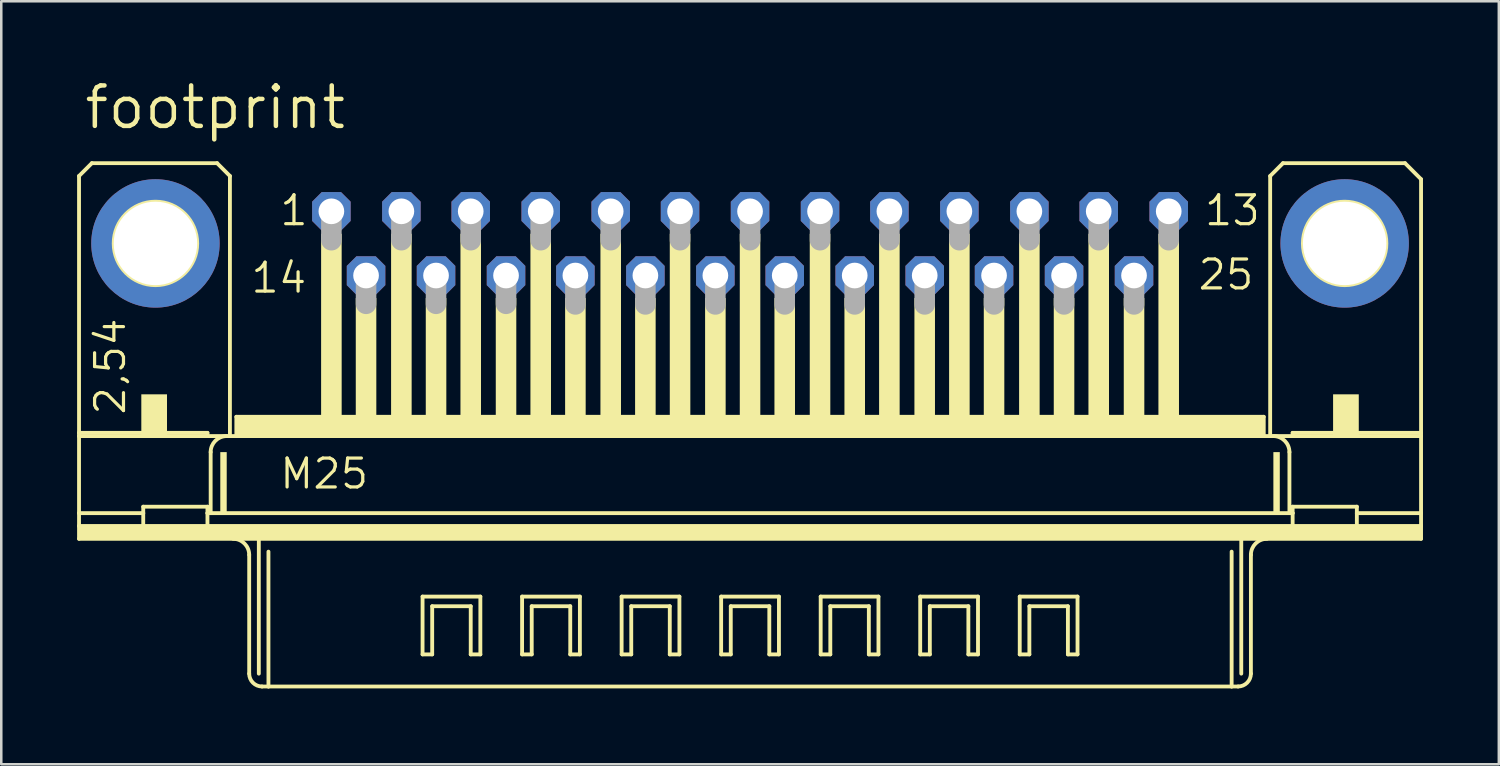
<source format=kicad_pcb>
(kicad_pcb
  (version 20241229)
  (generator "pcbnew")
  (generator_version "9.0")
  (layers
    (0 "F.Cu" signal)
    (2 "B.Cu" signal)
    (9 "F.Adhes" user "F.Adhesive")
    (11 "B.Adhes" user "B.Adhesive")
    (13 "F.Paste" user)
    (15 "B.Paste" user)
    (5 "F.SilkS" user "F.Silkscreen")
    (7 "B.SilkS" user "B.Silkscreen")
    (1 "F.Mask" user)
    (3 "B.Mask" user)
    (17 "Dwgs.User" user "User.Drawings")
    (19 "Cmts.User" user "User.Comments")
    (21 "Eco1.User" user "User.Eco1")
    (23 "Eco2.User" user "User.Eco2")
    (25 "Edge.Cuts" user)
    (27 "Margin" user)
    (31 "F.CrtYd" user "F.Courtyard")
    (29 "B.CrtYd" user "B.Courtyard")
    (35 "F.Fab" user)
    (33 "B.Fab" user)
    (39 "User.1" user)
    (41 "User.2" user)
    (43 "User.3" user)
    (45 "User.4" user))
  (footprint "footprint"
    (layer "F.Cu")
    (at 26.619 6.579)
    (property "Reference" "footprint" (at -26.416 -4.445 0) (layer "F.SilkS") (effects (font (size 1.6 1.6) (thickness 0.178)) (justify left bottom)))
    (fp_line (start -26.543 -2.667) (end -26.543 7.493) (stroke (width 0.152) (type solid)) (layer "F.SilkS"))
    (fp_line (start -26.543 7.62) (end -26.543 7.493) (stroke (width 0.152) (type solid)) (layer "F.SilkS"))
    (fp_line (start -26.543 10.668) (end -26.543 7.62) (stroke (width 0.152) (type solid)) (layer "F.SilkS"))
    (fp_line (start -26.543 11.176) (end -26.543 10.668) (stroke (width 0.152) (type solid)) (layer "F.SilkS"))
    (fp_line (start -26.543 11.684) (end -26.543 11.176) (stroke (width 0.152) (type solid)) (layer "F.SilkS"))
    (fp_line (start -26.035 -3.175) (end -26.543 -2.667) (stroke (width 0.152) (type solid)) (layer "F.SilkS"))
    (fp_line (start -24.003 10.668) (end -26.543 10.668) (stroke (width 0.152) (type solid)) (layer "F.SilkS"))
    (fp_line (start -24.003 10.668) (end -24.003 10.414) (stroke (width 0.152) (type solid)) (layer "F.SilkS"))
    (fp_line (start -24.003 10.668) (end -24.003 11.176) (stroke (width 0.152) (type solid)) (layer "F.SilkS"))
    (fp_line (start -24.003 11.176) (end -26.543 11.176) (stroke (width 0.152) (type solid)) (layer "F.SilkS"))
    (fp_line (start -21.463 7.493) (end -26.543 7.493) (stroke (width 0.152) (type solid)) (layer "F.SilkS"))
    (fp_line (start -21.463 7.493) (end -21.463 7.62) (stroke (width 0.152) (type solid)) (layer "F.SilkS"))
    (fp_line (start -21.463 7.62) (end -26.543 7.62) (stroke (width 0.152) (type solid)) (layer "F.SilkS"))
    (fp_line (start -21.463 10.414) (end -24.003 10.414) (stroke (width 0.152) (type solid)) (layer "F.SilkS"))
    (fp_line (start -21.463 10.414) (end -21.463 10.668) (stroke (width 0.152) (type solid)) (layer "F.SilkS"))
    (fp_line (start -21.463 10.668) (end -21.463 11.176) (stroke (width 0.152) (type solid)) (layer "F.SilkS"))
    (fp_line (start -21.463 11.176) (end -24.003 11.176) (stroke (width 0.152) (type solid)) (layer "F.SilkS"))
    (fp_line (start -21.336 8.255) (end -21.336 10.668) (stroke (width 0.152) (type solid)) (layer "F.SilkS"))
    (fp_line (start -21.336 10.668) (end -21.463 10.668) (stroke (width 0.152) (type solid)) (layer "F.SilkS"))
    (fp_line (start -21.082 -3.175) (end -26.035 -3.175) (stroke (width 0.152) (type solid)) (layer "F.SilkS"))
    (fp_line (start -20.574 -2.667) (end -21.082 -3.175) (stroke (width 0.152) (type solid)) (layer "F.SilkS"))
    (fp_line (start -20.574 -2.667) (end -20.574 7.62) (stroke (width 0.152) (type solid)) (layer "F.SilkS"))
    (fp_line (start -20.574 7.62) (end -21.463 7.62) (stroke (width 0.152) (type solid)) (layer "F.SilkS"))
    (fp_line (start -20.32 7.62) (end -20.574 7.62) (stroke (width 0.152) (type solid)) (layer "F.SilkS"))
    (fp_line (start -20.32 7.62) (end -20.32 6.858) (stroke (width 0.152) (type solid)) (layer "F.SilkS"))
    (fp_line (start -19.812 12.319) (end -19.812 17.018) (stroke (width 0.152) (type solid)) (layer "F.SilkS"))
    (fp_line (start -19.431 11.684) (end -26.543 11.684) (stroke (width 0.152) (type solid)) (layer "F.SilkS"))
    (fp_line (start -19.431 11.684) (end -19.431 17.018) (stroke (width 0.152) (type solid)) (layer "F.SilkS"))
    (fp_line (start -19.05 12.192) (end -19.05 17.526) (stroke (width 0.152) (type solid)) (layer "F.SilkS"))
    (fp_line (start -19.05 17.526) (end -19.304 17.526) (stroke (width 0.152) (type solid)) (layer "F.SilkS"))
    (fp_line (start -12.954 13.97) (end -10.668 13.97) (stroke (width 0.152) (type solid)) (layer "F.SilkS"))
    (fp_line (start -12.954 16.256) (end -12.954 13.97) (stroke (width 0.152) (type solid)) (layer "F.SilkS"))
    (fp_line (start -12.573 14.351) (end -12.573 16.256) (stroke (width 0.152) (type solid)) (layer "F.SilkS"))
    (fp_line (start -12.573 16.256) (end -12.954 16.256) (stroke (width 0.152) (type solid)) (layer "F.SilkS"))
    (fp_line (start -11.049 14.351) (end -12.573 14.351) (stroke (width 0.152) (type solid)) (layer "F.SilkS"))
    (fp_line (start -11.049 16.256) (end -11.049 14.351) (stroke (width 0.152) (type solid)) (layer "F.SilkS"))
    (fp_line (start -10.668 13.97) (end -10.668 16.256) (stroke (width 0.152) (type solid)) (layer "F.SilkS"))
    (fp_line (start -10.668 16.256) (end -11.049 16.256) (stroke (width 0.152) (type solid)) (layer "F.SilkS"))
    (fp_line (start -9.017 13.97) (end -6.731 13.97) (stroke (width 0.152) (type solid)) (layer "F.SilkS"))
    (fp_line (start -9.017 16.256) (end -9.017 13.97) (stroke (width 0.152) (type solid)) (layer "F.SilkS"))
    (fp_line (start -8.636 14.351) (end -8.636 16.256) (stroke (width 0.152) (type solid)) (layer "F.SilkS"))
    (fp_line (start -8.636 16.256) (end -9.017 16.256) (stroke (width 0.152) (type solid)) (layer "F.SilkS"))
    (fp_line (start -7.112 14.351) (end -8.636 14.351) (stroke (width 0.152) (type solid)) (layer "F.SilkS"))
    (fp_line (start -7.112 16.256) (end -7.112 14.351) (stroke (width 0.152) (type solid)) (layer "F.SilkS"))
    (fp_line (start -6.731 13.97) (end -6.731 16.256) (stroke (width 0.152) (type solid)) (layer "F.SilkS"))
    (fp_line (start -6.731 16.256) (end -7.112 16.256) (stroke (width 0.152) (type solid)) (layer "F.SilkS"))
    (fp_line (start -5.08 13.97) (end -2.794 13.97) (stroke (width 0.152) (type solid)) (layer "F.SilkS"))
    (fp_line (start -5.08 16.256) (end -5.08 13.97) (stroke (width 0.152) (type solid)) (layer "F.SilkS"))
    (fp_line (start -4.699 14.351) (end -4.699 16.256) (stroke (width 0.152) (type solid)) (layer "F.SilkS"))
    (fp_line (start -4.699 16.256) (end -5.08 16.256) (stroke (width 0.152) (type solid)) (layer "F.SilkS"))
    (fp_line (start -3.175 14.351) (end -4.699 14.351) (stroke (width 0.152) (type solid)) (layer "F.SilkS"))
    (fp_line (start -3.175 16.256) (end -3.175 14.351) (stroke (width 0.152) (type solid)) (layer "F.SilkS"))
    (fp_line (start -2.794 13.97) (end -2.794 16.256) (stroke (width 0.152) (type solid)) (layer "F.SilkS"))
    (fp_line (start -2.794 16.256) (end -3.175 16.256) (stroke (width 0.152) (type solid)) (layer "F.SilkS"))
    (fp_line (start -1.143 13.97) (end 1.143 13.97) (stroke (width 0.152) (type solid)) (layer "F.SilkS"))
    (fp_line (start -1.143 16.256) (end -1.143 13.97) (stroke (width 0.152) (type solid)) (layer "F.SilkS"))
    (fp_line (start -0.762 14.351) (end -0.762 16.256) (stroke (width 0.152) (type solid)) (layer "F.SilkS"))
    (fp_line (start -0.762 16.256) (end -1.143 16.256) (stroke (width 0.152) (type solid)) (layer "F.SilkS"))
    (fp_line (start 0.762 14.351) (end -0.762 14.351) (stroke (width 0.152) (type solid)) (layer "F.SilkS"))
    (fp_line (start 0.762 16.256) (end 0.762 14.351) (stroke (width 0.152) (type solid)) (layer "F.SilkS"))
    (fp_line (start 1.143 13.97) (end 1.143 16.256) (stroke (width 0.152) (type solid)) (layer "F.SilkS"))
    (fp_line (start 1.143 16.256) (end 0.762 16.256) (stroke (width 0.152) (type solid)) (layer "F.SilkS"))
    (fp_line (start 2.794 13.97) (end 5.08 13.97) (stroke (width 0.152) (type solid)) (layer "F.SilkS"))
    (fp_line (start 2.794 16.256) (end 2.794 13.97) (stroke (width 0.152) (type solid)) (layer "F.SilkS"))
    (fp_line (start 3.175 14.351) (end 3.175 16.256) (stroke (width 0.152) (type solid)) (layer "F.SilkS"))
    (fp_line (start 3.175 16.256) (end 2.794 16.256) (stroke (width 0.152) (type solid)) (layer "F.SilkS"))
    (fp_line (start 4.699 14.351) (end 3.175 14.351) (stroke (width 0.152) (type solid)) (layer "F.SilkS"))
    (fp_line (start 4.699 16.256) (end 4.699 14.351) (stroke (width 0.152) (type solid)) (layer "F.SilkS"))
    (fp_line (start 5.08 13.97) (end 5.08 16.256) (stroke (width 0.152) (type solid)) (layer "F.SilkS"))
    (fp_line (start 5.08 16.256) (end 4.699 16.256) (stroke (width 0.152) (type solid)) (layer "F.SilkS"))
    (fp_line (start 6.731 13.97) (end 9.017 13.97) (stroke (width 0.152) (type solid)) (layer "F.SilkS"))
    (fp_line (start 6.731 16.256) (end 6.731 13.97) (stroke (width 0.152) (type solid)) (layer "F.SilkS"))
    (fp_line (start 7.112 14.351) (end 7.112 16.256) (stroke (width 0.152) (type solid)) (layer "F.SilkS"))
    (fp_line (start 7.112 16.256) (end 6.731 16.256) (stroke (width 0.152) (type solid)) (layer "F.SilkS"))
    (fp_line (start 8.636 14.351) (end 7.112 14.351) (stroke (width 0.152) (type solid)) (layer "F.SilkS"))
    (fp_line (start 8.636 16.256) (end 8.636 14.351) (stroke (width 0.152) (type solid)) (layer "F.SilkS"))
    (fp_line (start 9.017 13.97) (end 9.017 16.256) (stroke (width 0.152) (type solid)) (layer "F.SilkS"))
    (fp_line (start 9.017 16.256) (end 8.636 16.256) (stroke (width 0.152) (type solid)) (layer "F.SilkS"))
    (fp_line (start 10.668 13.97) (end 12.954 13.97) (stroke (width 0.152) (type solid)) (layer "F.SilkS"))
    (fp_line (start 10.668 16.256) (end 10.668 13.97) (stroke (width 0.152) (type solid)) (layer "F.SilkS"))
    (fp_line (start 11.049 14.351) (end 11.049 16.256) (stroke (width 0.152) (type solid)) (layer "F.SilkS"))
    (fp_line (start 11.049 16.256) (end 10.668 16.256) (stroke (width 0.152) (type solid)) (layer "F.SilkS"))
    (fp_line (start 12.573 14.351) (end 11.049 14.351) (stroke (width 0.152) (type solid)) (layer "F.SilkS"))
    (fp_line (start 12.573 16.256) (end 12.573 14.351) (stroke (width 0.152) (type solid)) (layer "F.SilkS"))
    (fp_line (start 12.954 13.97) (end 12.954 16.256) (stroke (width 0.152) (type solid)) (layer "F.SilkS"))
    (fp_line (start 12.954 16.256) (end 12.573 16.256) (stroke (width 0.152) (type solid)) (layer "F.SilkS"))
    (fp_line (start 19.05 12.192) (end 19.05 17.526) (stroke (width 0.152) (type solid)) (layer "F.SilkS"))
    (fp_line (start 19.05 17.526) (end -19.05 17.526) (stroke (width 0.152) (type solid)) (layer "F.SilkS"))
    (fp_line (start 19.304 17.526) (end 19.05 17.526) (stroke (width 0.152) (type solid)) (layer "F.SilkS"))
    (fp_line (start 19.431 11.684) (end -19.431 11.684) (stroke (width 0.152) (type solid)) (layer "F.SilkS"))
    (fp_line (start 19.431 11.684) (end 19.431 17.018) (stroke (width 0.152) (type solid)) (layer "F.SilkS"))
    (fp_line (start 19.812 12.319) (end 19.812 17.018) (stroke (width 0.152) (type solid)) (layer "F.SilkS"))
    (fp_line (start 20.32 6.858) (end -20.32 6.858) (stroke (width 0.152) (type solid)) (layer "F.SilkS"))
    (fp_line (start 20.32 7.62) (end -20.32 7.62) (stroke (width 0.152) (type solid)) (layer "F.SilkS"))
    (fp_line (start 20.32 7.62) (end 20.32 6.858) (stroke (width 0.152) (type solid)) (layer "F.SilkS"))
    (fp_line (start 20.574 -2.667) (end 20.574 7.62) (stroke (width 0.152) (type solid)) (layer "F.SilkS"))
    (fp_line (start 20.574 7.62) (end 20.32 7.62) (stroke (width 0.152) (type solid)) (layer "F.SilkS"))
    (fp_line (start 21.082 -3.175) (end 20.574 -2.667) (stroke (width 0.152) (type solid)) (layer "F.SilkS"))
    (fp_line (start 21.082 -3.175) (end 25.908 -3.175) (stroke (width 0.152) (type solid)) (layer "F.SilkS"))
    (fp_line (start 21.336 8.255) (end 21.336 10.668) (stroke (width 0.152) (type solid)) (layer "F.SilkS"))
    (fp_line (start 21.336 10.668) (end -21.336 10.668) (stroke (width 0.152) (type solid)) (layer "F.SilkS"))
    (fp_line (start 21.463 7.493) (end 21.463 7.62) (stroke (width 0.152) (type solid)) (layer "F.SilkS"))
    (fp_line (start 21.463 7.62) (end 20.574 7.62) (stroke (width 0.152) (type solid)) (layer "F.SilkS"))
    (fp_line (start 21.463 10.414) (end 21.463 10.668) (stroke (width 0.152) (type solid)) (layer "F.SilkS"))
    (fp_line (start 21.463 10.668) (end 21.336 10.668) (stroke (width 0.152) (type solid)) (layer "F.SilkS"))
    (fp_line (start 21.463 10.668) (end 21.463 11.176) (stroke (width 0.152) (type solid)) (layer "F.SilkS"))
    (fp_line (start 21.463 11.176) (end -21.463 11.176) (stroke (width 0.152) (type solid)) (layer "F.SilkS"))
    (fp_line (start 24.003 10.414) (end 21.463 10.414) (stroke (width 0.152) (type solid)) (layer "F.SilkS"))
    (fp_line (start 24.003 10.668) (end 24.003 10.414) (stroke (width 0.152) (type solid)) (layer "F.SilkS"))
    (fp_line (start 24.003 10.668) (end 24.003 11.176) (stroke (width 0.152) (type solid)) (layer "F.SilkS"))
    (fp_line (start 24.003 11.176) (end 21.463 11.176) (stroke (width 0.152) (type solid)) (layer "F.SilkS"))
    (fp_line (start 25.908 -3.175) (end 26.543 -2.54) (stroke (width 0.152) (type solid)) (layer "F.SilkS"))
    (fp_line (start 26.543 -2.54) (end 26.543 7.493) (stroke (width 0.152) (type solid)) (layer "F.SilkS"))
    (fp_line (start 26.543 7.493) (end 21.463 7.493) (stroke (width 0.152) (type solid)) (layer "F.SilkS"))
    (fp_line (start 26.543 7.62) (end 21.463 7.62) (stroke (width 0.152) (type solid)) (layer "F.SilkS"))
    (fp_line (start 26.543 7.62) (end 26.543 7.493) (stroke (width 0.152) (type solid)) (layer "F.SilkS"))
    (fp_line (start 26.543 7.62) (end 26.543 10.668) (stroke (width 0.152) (type solid)) (layer "F.SilkS"))
    (fp_line (start 26.543 10.668) (end 24.003 10.668) (stroke (width 0.152) (type solid)) (layer "F.SilkS"))
    (fp_line (start 26.543 10.668) (end 26.543 11.176) (stroke (width 0.152) (type solid)) (layer "F.SilkS"))
    (fp_line (start 26.543 11.176) (end 24.003 11.176) (stroke (width 0.152) (type solid)) (layer "F.SilkS"))
    (fp_line (start 26.543 11.176) (end 26.543 11.684) (stroke (width 0.152) (type solid)) (layer "F.SilkS"))
    (fp_line (start 26.543 11.684) (end 19.431 11.684) (stroke (width 0.152) (type solid)) (layer "F.SilkS"))
    (fp_arc (start -21.336 8.255) (mid -21.150013 7.805987) (end -20.701 7.62) (stroke (width 0.1524) (type solid)) (layer "F.SilkS"))
    (fp_arc (start -20.447 11.684) (mid -19.997987 11.869987) (end -19.812 12.319) (stroke (width 0.1524) (type solid)) (layer "F.SilkS"))
    (fp_arc (start -19.304 17.526) (mid -19.66321 17.37721) (end -19.812 17.018) (stroke (width 0.1524) (type solid)) (layer "F.SilkS"))
    (fp_arc (start 19.812 12.319) (mid 19.997987 11.869987) (end 20.447 11.684) (stroke (width 0.1524) (type solid)) (layer "F.SilkS"))
    (fp_arc (start 19.812 17.018) (mid 19.66321 17.37721) (end 19.304 17.526) (stroke (width 0.1524) (type solid)) (layer "F.SilkS"))
    (fp_arc (start 20.701 7.62) (mid 21.150013 7.805987) (end 21.336 8.255) (stroke (width 0.1524) (type solid)) (layer "F.SilkS"))
    (fp_circle (center -23.52 0) (end -21.869 0) (stroke (width 0.152) (type solid)) (fill no) (layer "F.SilkS"))
    (fp_circle (center 23.52 0) (end 25.171 0) (stroke (width 0.152) (type solid)) (fill no) (layer "F.SilkS"))
    (fp_poly (pts (xy -26.543 11.684) (xy 26.543 11.684) (xy 26.543 11.176) (xy -26.543 11.176)) (stroke (width 0) (type solid)) (fill yes) (layer "F.SilkS"))
    (fp_poly (pts (xy -24.079 7.62) (xy -23.063 7.62) (xy -23.063 5.969) (xy -24.079 5.969)) (stroke (width 0) (type solid)) (fill yes) (layer "F.SilkS"))
    (fp_poly (pts (xy -20.955 10.668) (xy -20.701 10.668) (xy -20.701 8.255) (xy -20.955 8.255)) (stroke (width 0) (type solid)) (fill yes) (layer "F.SilkS"))
    (fp_poly (pts (xy -20.32 7.62) (xy 20.32 7.62) (xy 20.32 6.858) (xy -20.32 6.858)) (stroke (width 0) (type solid)) (fill yes) (layer "F.SilkS"))
    (fp_poly (pts (xy -16.967 6.858) (xy -16.154 6.858) (xy -16.154 -0.381) (xy -16.967 -0.381)) (stroke (width 0) (type solid)) (fill yes) (layer "F.SilkS"))
    (fp_poly (pts (xy -15.596 6.858) (xy -14.783 6.858) (xy -14.783 2.159) (xy -15.596 2.159)) (stroke (width 0) (type solid)) (fill yes) (layer "F.SilkS"))
    (fp_poly (pts (xy -14.199 6.858) (xy -13.386 6.858) (xy -13.386 -0.381) (xy -14.199 -0.381)) (stroke (width 0) (type solid)) (fill yes) (layer "F.SilkS"))
    (fp_poly (pts (xy -12.827 6.858) (xy -12.014 6.858) (xy -12.014 2.159) (xy -12.827 2.159)) (stroke (width 0) (type solid)) (fill yes) (layer "F.SilkS"))
    (fp_poly (pts (xy -11.455 6.858) (xy -10.643 6.858) (xy -10.643 -0.381) (xy -11.455 -0.381)) (stroke (width 0) (type solid)) (fill yes) (layer "F.SilkS"))
    (fp_poly (pts (xy -10.058 6.858) (xy -9.246 6.858) (xy -9.246 2.159) (xy -10.058 2.159)) (stroke (width 0) (type solid)) (fill yes) (layer "F.SilkS"))
    (fp_poly (pts (xy -8.687 6.858) (xy -7.874 6.858) (xy -7.874 -0.381) (xy -8.687 -0.381)) (stroke (width 0) (type solid)) (fill yes) (layer "F.SilkS"))
    (fp_poly (pts (xy -7.315 6.858) (xy -6.502 6.858) (xy -6.502 2.159) (xy -7.315 2.159)) (stroke (width 0) (type solid)) (fill yes) (layer "F.SilkS"))
    (fp_poly (pts (xy -5.918 6.858) (xy -5.105 6.858) (xy -5.105 -0.381) (xy -5.918 -0.381)) (stroke (width 0) (type solid)) (fill yes) (layer "F.SilkS"))
    (fp_poly (pts (xy -4.547 6.858) (xy -3.734 6.858) (xy -3.734 2.159) (xy -4.547 2.159)) (stroke (width 0) (type solid)) (fill yes) (layer "F.SilkS"))
    (fp_poly (pts (xy -3.175 6.858) (xy -2.362 6.858) (xy -2.362 -0.381) (xy -3.175 -0.381)) (stroke (width 0) (type solid)) (fill yes) (layer "F.SilkS"))
    (fp_poly (pts (xy -1.778 6.858) (xy -0.965 6.858) (xy -0.965 2.159) (xy -1.778 2.159)) (stroke (width 0) (type solid)) (fill yes) (layer "F.SilkS"))
    (fp_poly (pts (xy -0.406 6.858) (xy 0.406 6.858) (xy 0.406 -0.381) (xy -0.406 -0.381)) (stroke (width 0) (type solid)) (fill yes) (layer "F.SilkS"))
    (fp_poly (pts (xy 0.965 6.858) (xy 1.778 6.858) (xy 1.778 2.159) (xy 0.965 2.159)) (stroke (width 0) (type solid)) (fill yes) (layer "F.SilkS"))
    (fp_poly (pts (xy 2.362 6.858) (xy 3.175 6.858) (xy 3.175 -0.381) (xy 2.362 -0.381)) (stroke (width 0) (type solid)) (fill yes) (layer "F.SilkS"))
    (fp_poly (pts (xy 3.734 6.858) (xy 4.547 6.858) (xy 4.547 2.159) (xy 3.734 2.159)) (stroke (width 0) (type solid)) (fill yes) (layer "F.SilkS"))
    (fp_poly (pts (xy 5.105 6.858) (xy 5.918 6.858) (xy 5.918 -0.381) (xy 5.105 -0.381)) (stroke (width 0) (type solid)) (fill yes) (layer "F.SilkS"))
    (fp_poly (pts (xy 6.502 6.858) (xy 7.315 6.858) (xy 7.315 2.159) (xy 6.502 2.159)) (stroke (width 0) (type solid)) (fill yes) (layer "F.SilkS"))
    (fp_poly (pts (xy 7.874 6.858) (xy 8.687 6.858) (xy 8.687 -0.381) (xy 7.874 -0.381)) (stroke (width 0) (type solid)) (fill yes) (layer "F.SilkS"))
    (fp_poly (pts (xy 9.246 6.858) (xy 10.058 6.858) (xy 10.058 2.159) (xy 9.246 2.159)) (stroke (width 0) (type solid)) (fill yes) (layer "F.SilkS"))
    (fp_poly (pts (xy 10.643 6.858) (xy 11.455 6.858) (xy 11.455 -0.381) (xy 10.643 -0.381)) (stroke (width 0) (type solid)) (fill yes) (layer "F.SilkS"))
    (fp_poly (pts (xy 12.014 6.858) (xy 12.827 6.858) (xy 12.827 2.159) (xy 12.014 2.159)) (stroke (width 0) (type solid)) (fill yes) (layer "F.SilkS"))
    (fp_poly (pts (xy 13.386 6.858) (xy 14.199 6.858) (xy 14.199 -0.381) (xy 13.386 -0.381)) (stroke (width 0) (type solid)) (fill yes) (layer "F.SilkS"))
    (fp_poly (pts (xy 14.783 6.858) (xy 15.596 6.858) (xy 15.596 2.159) (xy 14.783 2.159)) (stroke (width 0) (type solid)) (fill yes) (layer "F.SilkS"))
    (fp_poly (pts (xy 16.154 6.858) (xy 16.967 6.858) (xy 16.967 -0.381) (xy 16.154 -0.381)) (stroke (width 0) (type solid)) (fill yes) (layer "F.SilkS"))
    (fp_poly (pts (xy 20.701 10.668) (xy 20.955 10.668) (xy 20.955 8.255) (xy 20.701 8.255)) (stroke (width 0) (type solid)) (fill yes) (layer "F.SilkS"))
    (fp_poly (pts (xy 23.063 7.62) (xy 24.079 7.62) (xy 24.079 5.969) (xy 23.063 5.969)) (stroke (width 0) (type solid)) (fill yes) (layer "F.SilkS"))
    (fp_line (start -16.561 -1.143) (end -16.561 -0.127) (stroke (width 0.813) (type solid)) (layer "F.Fab"))
    (fp_line (start -15.189 1.372) (end -15.189 2.388) (stroke (width 0.813) (type solid)) (layer "F.Fab"))
    (fp_line (start -13.792 -1.143) (end -13.792 -0.127) (stroke (width 0.813) (type solid)) (layer "F.Fab"))
    (fp_line (start -12.421 1.372) (end -12.421 2.388) (stroke (width 0.813) (type solid)) (layer "F.Fab"))
    (fp_line (start -11.049 -1.143) (end -11.049 -0.127) (stroke (width 0.813) (type solid)) (layer "F.Fab"))
    (fp_line (start -9.652 1.372) (end -9.652 2.388) (stroke (width 0.813) (type solid)) (layer "F.Fab"))
    (fp_line (start -8.28 -1.143) (end -8.28 -0.127) (stroke (width 0.813) (type solid)) (layer "F.Fab"))
    (fp_line (start -6.909 1.397) (end -6.909 2.413) (stroke (width 0.813) (type solid)) (layer "F.Fab"))
    (fp_line (start -5.512 -1.143) (end -5.512 -0.127) (stroke (width 0.813) (type solid)) (layer "F.Fab"))
    (fp_line (start -4.14 1.397) (end -4.14 2.413) (stroke (width 0.813) (type solid)) (layer "F.Fab"))
    (fp_line (start -2.769 -1.143) (end -2.769 -0.127) (stroke (width 0.813) (type solid)) (layer "F.Fab"))
    (fp_line (start -1.372 1.397) (end -1.372 2.413) (stroke (width 0.813) (type solid)) (layer "F.Fab"))
    (fp_line (start 0 -1.143) (end 0 -0.127) (stroke (width 0.813) (type solid)) (layer "F.Fab"))
    (fp_line (start 1.372 1.397) (end 1.372 2.413) (stroke (width 0.813) (type solid)) (layer "F.Fab"))
    (fp_line (start 2.769 -1.143) (end 2.769 -0.127) (stroke (width 0.813) (type solid)) (layer "F.Fab"))
    (fp_line (start 4.14 1.397) (end 4.14 2.413) (stroke (width 0.813) (type solid)) (layer "F.Fab"))
    (fp_line (start 5.512 -1.143) (end 5.512 -0.127) (stroke (width 0.813) (type solid)) (layer "F.Fab"))
    (fp_line (start 6.909 1.397) (end 6.909 2.413) (stroke (width 0.813) (type solid)) (layer "F.Fab"))
    (fp_line (start 8.28 -1.143) (end 8.28 -0.127) (stroke (width 0.813) (type solid)) (layer "F.Fab"))
    (fp_line (start 9.652 1.397) (end 9.652 2.413) (stroke (width 0.813) (type solid)) (layer "F.Fab"))
    (fp_line (start 11.049 -1.143) (end 11.049 -0.127) (stroke (width 0.813) (type solid)) (layer "F.Fab"))
    (fp_line (start 12.421 1.397) (end 12.421 2.413) (stroke (width 0.813) (type solid)) (layer "F.Fab"))
    (fp_line (start 13.792 -1.143) (end 13.792 -0.127) (stroke (width 0.813) (type solid)) (layer "F.Fab"))
    (fp_line (start 15.189 1.397) (end 15.189 2.413) (stroke (width 0.813) (type solid)) (layer "F.Fab"))
    (fp_line (start 16.561 -1.143) (end 16.561 -0.127) (stroke (width 0.813) (type solid)) (layer "F.Fab"))
    (fp_text user "25" (at 17.653 1.905 0) (layer "F.SilkS") (effects (font (size 1.143 1.143) (thickness 0.127)) (justify left bottom)))
    (fp_text user "M25" (at -18.669 9.779 0) (layer "F.SilkS") (effects (font (size 1.143 1.143) (thickness 0.127)) (justify left bottom)))
    (fp_text user "2,54" (at -24.638 6.858 90) (layer "F.SilkS") (effects (font (size 1.143 1.143) (thickness 0.127)) (justify left bottom)))
    (fp_text user "14" (at -19.812 2.032 0) (layer "F.SilkS") (effects (font (size 1.143 1.143) (thickness 0.127)) (justify left bottom)))
    (fp_text user "13" (at 17.907 -0.635 0) (layer "F.SilkS") (effects (font (size 1.143 1.143) (thickness 0.127)) (justify left bottom)))
    (fp_text user "1" (at -18.669 -0.635 0) (layer "F.SilkS") (effects (font (size 1.143 1.143) (thickness 0.127)) (justify left bottom)))
    (pad "1" thru_hole roundrect (at -16.561 -1.27) (size 1.524 1.524) (drill 1.016) (layers "*.Cu" "*.Mask") (roundrect_rratio 0.25) (chamfer_ratio 0.25) (chamfer top_left top_right bottom_left bottom_right))
    (pad "2" thru_hole roundrect (at -13.792 -1.27) (size 1.524 1.524) (drill 1.016) (layers "*.Cu" "*.Mask") (roundrect_rratio 0.25) (chamfer_ratio 0.25) (chamfer top_left top_right bottom_left bottom_right))
    (pad "3" thru_hole roundrect (at -11.049 -1.27) (size 1.524 1.524) (drill 1.016) (layers "*.Cu" "*.Mask") (roundrect_rratio 0.25) (chamfer_ratio 0.25) (chamfer top_left top_right bottom_left bottom_right))
    (pad "4" thru_hole roundrect (at -8.28 -1.27) (size 1.524 1.524) (drill 1.016) (layers "*.Cu" "*.Mask") (roundrect_rratio 0.25) (chamfer_ratio 0.25) (chamfer top_left top_right bottom_left bottom_right))
    (pad "5" thru_hole roundrect (at -5.512 -1.27) (size 1.524 1.524) (drill 1.016) (layers "*.Cu" "*.Mask") (roundrect_rratio 0.25) (chamfer_ratio 0.25) (chamfer top_left top_right bottom_left bottom_right))
    (pad "6" thru_hole roundrect (at -2.769 -1.27) (size 1.524 1.524) (drill 1.016) (layers "*.Cu" "*.Mask") (roundrect_rratio 0.25) (chamfer_ratio 0.25) (chamfer top_left top_right bottom_left bottom_right))
    (pad "7" thru_hole roundrect (at 0 -1.27) (size 1.524 1.524) (drill 1.016) (layers "*.Cu" "*.Mask") (roundrect_rratio 0.25) (chamfer_ratio 0.25) (chamfer top_left top_right bottom_left bottom_right))
    (pad "8" thru_hole roundrect (at 2.769 -1.27) (size 1.524 1.524) (drill 1.016) (layers "*.Cu" "*.Mask") (roundrect_rratio 0.25) (chamfer_ratio 0.25) (chamfer top_left top_right bottom_left bottom_right))
    (pad "9" thru_hole roundrect (at 5.512 -1.27) (size 1.524 1.524) (drill 1.016) (layers "*.Cu" "*.Mask") (roundrect_rratio 0.25) (chamfer_ratio 0.25) (chamfer top_left top_right bottom_left bottom_right))
    (pad "10" thru_hole roundrect (at 8.28 -1.27) (size 1.524 1.524) (drill 1.016) (layers "*.Cu" "*.Mask") (roundrect_rratio 0.25) (chamfer_ratio 0.25) (chamfer top_left top_right bottom_left bottom_right))
    (pad "11" thru_hole roundrect (at 11.049 -1.27) (size 1.524 1.524) (drill 1.016) (layers "*.Cu" "*.Mask") (roundrect_rratio 0.25) (chamfer_ratio 0.25) (chamfer top_left top_right bottom_left bottom_right))
    (pad "12" thru_hole roundrect (at 13.792 -1.27) (size 1.524 1.524) (drill 1.016) (layers "*.Cu" "*.Mask") (roundrect_rratio 0.25) (chamfer_ratio 0.25) (chamfer top_left top_right bottom_left bottom_right))
    (pad "13" thru_hole roundrect (at 16.561 -1.27) (size 1.524 1.524) (drill 1.016) (layers "*.Cu" "*.Mask") (roundrect_rratio 0.25) (chamfer_ratio 0.25) (chamfer top_left top_right bottom_left bottom_right))
    (pad "14" thru_hole roundrect (at -15.189 1.27) (size 1.524 1.524) (drill 1.016) (layers "*.Cu" "*.Mask") (roundrect_rratio 0.25) (chamfer_ratio 0.25) (chamfer top_left top_right bottom_left bottom_right))
    (pad "15" thru_hole roundrect (at -12.421 1.27) (size 1.524 1.524) (drill 1.016) (layers "*.Cu" "*.Mask") (roundrect_rratio 0.25) (chamfer_ratio 0.25) (chamfer top_left top_right bottom_left bottom_right))
    (pad "16" thru_hole roundrect (at -9.652 1.27) (size 1.524 1.524) (drill 1.016) (layers "*.Cu" "*.Mask") (roundrect_rratio 0.25) (chamfer_ratio 0.25) (chamfer top_left top_right bottom_left bottom_right))
    (pad "17" thru_hole roundrect (at -6.909 1.27) (size 1.524 1.524) (drill 1.016) (layers "*.Cu" "*.Mask") (roundrect_rratio 0.25) (chamfer_ratio 0.25) (chamfer top_left top_right bottom_left bottom_right))
    (pad "18" thru_hole roundrect (at -4.14 1.27) (size 1.524 1.524) (drill 1.016) (layers "*.Cu" "*.Mask") (roundrect_rratio 0.25) (chamfer_ratio 0.25) (chamfer top_left top_right bottom_left bottom_right))
    (pad "19" thru_hole roundrect (at -1.372 1.27) (size 1.524 1.524) (drill 1.016) (layers "*.Cu" "*.Mask") (roundrect_rratio 0.25) (chamfer_ratio 0.25) (chamfer top_left top_right bottom_left bottom_right))
    (pad "20" thru_hole roundrect (at 1.372 1.27) (size 1.524 1.524) (drill 1.016) (layers "*.Cu" "*.Mask") (roundrect_rratio 0.25) (chamfer_ratio 0.25) (chamfer top_left top_right bottom_left bottom_right))
    (pad "21" thru_hole roundrect (at 4.14 1.27) (size 1.524 1.524) (drill 1.016) (layers "*.Cu" "*.Mask") (roundrect_rratio 0.25) (chamfer_ratio 0.25) (chamfer top_left top_right bottom_left bottom_right))
    (pad "22" thru_hole roundrect (at 6.909 1.27) (size 1.524 1.524) (drill 1.016) (layers "*.Cu" "*.Mask") (roundrect_rratio 0.25) (chamfer_ratio 0.25) (chamfer top_left top_right bottom_left bottom_right))
    (pad "23" thru_hole roundrect (at 9.652 1.27) (size 1.524 1.524) (drill 1.016) (layers "*.Cu" "*.Mask") (roundrect_rratio 0.25) (chamfer_ratio 0.25) (chamfer top_left top_right bottom_left bottom_right))
    (pad "24" thru_hole roundrect (at 12.421 1.27) (size 1.524 1.524) (drill 1.016) (layers "*.Cu" "*.Mask") (roundrect_rratio 0.25) (chamfer_ratio 0.25) (chamfer top_left top_right bottom_left bottom_right))
    (pad "25" thru_hole roundrect (at 15.189 1.27) (size 1.524 1.524) (drill 1.016) (layers "*.Cu" "*.Mask") (roundrect_rratio 0.25) (chamfer_ratio 0.25) (chamfer top_left top_right bottom_left bottom_right))
    (pad "G1" thru_hole circle (at -23.52 0) (size 5.08 5.08) (drill 3.302) (layers "*.Cu" "*.Mask"))
    (pad "G2" thru_hole circle (at 23.52 0) (size 5.08 5.08) (drill 3.302) (layers "*.Cu" "*.Mask")))
  (gr_rect
    (start -3 -3)
    (end 56.238 27.181)
    (stroke (width 0.1) (type default))
    (fill no)
    (layer "Edge.Cuts")))
</source>
